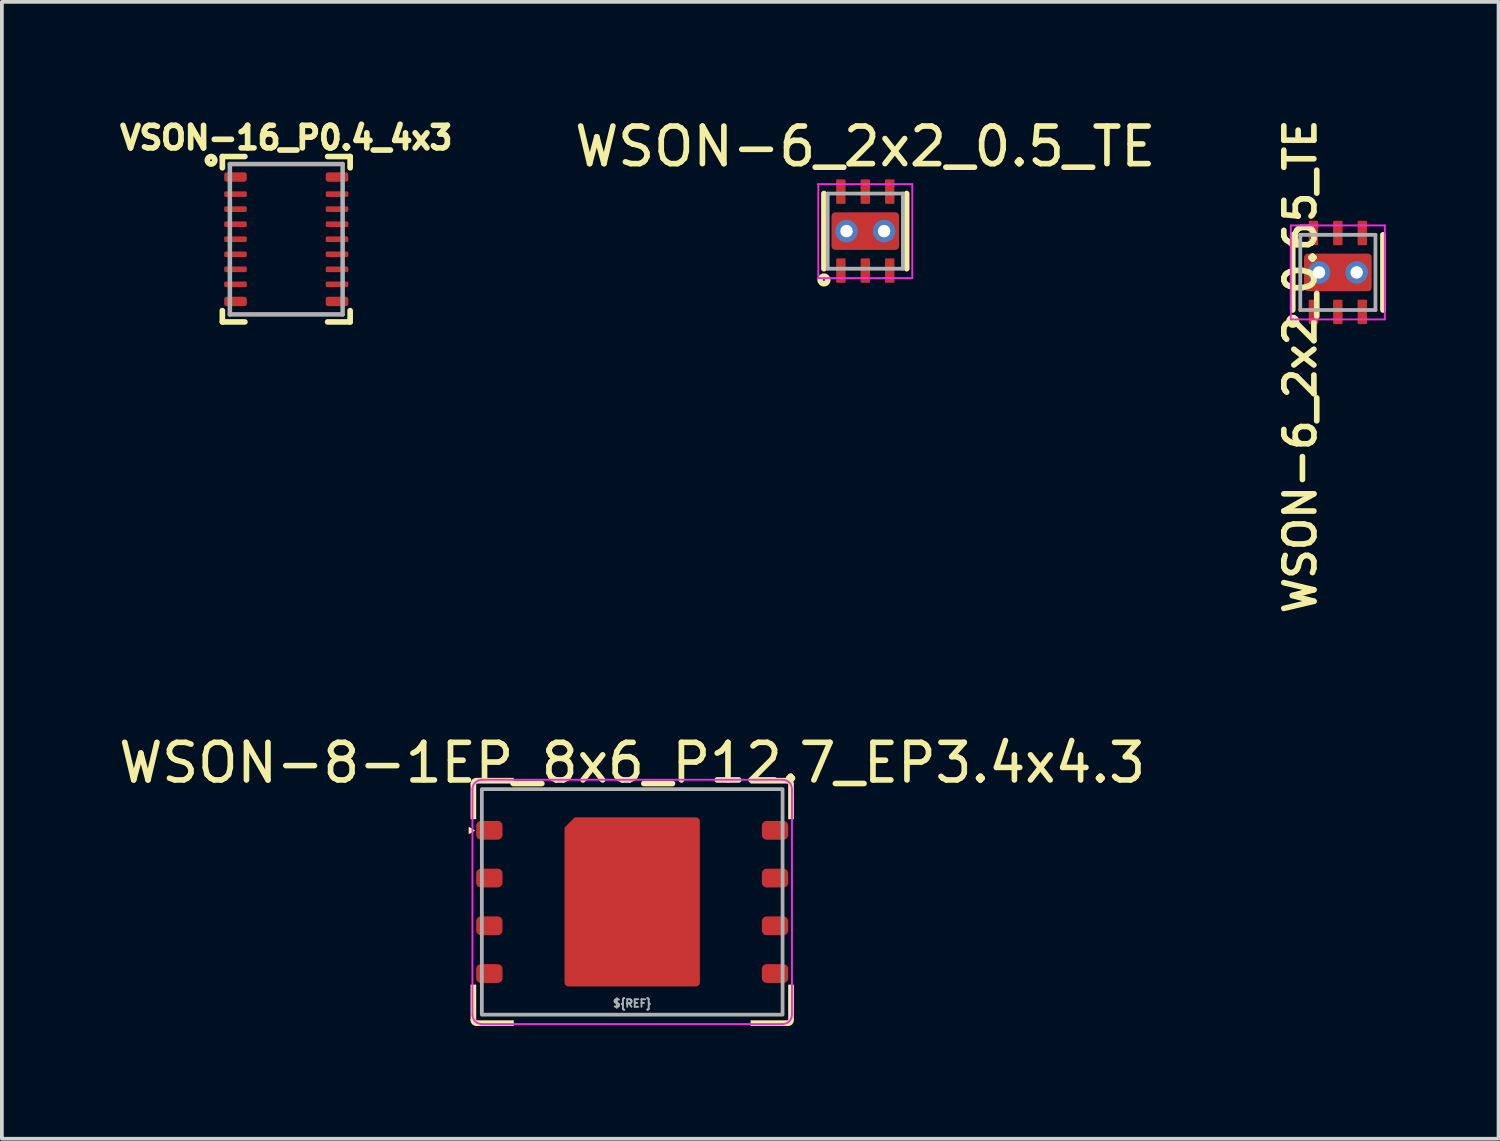
<source format=kicad_pcb>
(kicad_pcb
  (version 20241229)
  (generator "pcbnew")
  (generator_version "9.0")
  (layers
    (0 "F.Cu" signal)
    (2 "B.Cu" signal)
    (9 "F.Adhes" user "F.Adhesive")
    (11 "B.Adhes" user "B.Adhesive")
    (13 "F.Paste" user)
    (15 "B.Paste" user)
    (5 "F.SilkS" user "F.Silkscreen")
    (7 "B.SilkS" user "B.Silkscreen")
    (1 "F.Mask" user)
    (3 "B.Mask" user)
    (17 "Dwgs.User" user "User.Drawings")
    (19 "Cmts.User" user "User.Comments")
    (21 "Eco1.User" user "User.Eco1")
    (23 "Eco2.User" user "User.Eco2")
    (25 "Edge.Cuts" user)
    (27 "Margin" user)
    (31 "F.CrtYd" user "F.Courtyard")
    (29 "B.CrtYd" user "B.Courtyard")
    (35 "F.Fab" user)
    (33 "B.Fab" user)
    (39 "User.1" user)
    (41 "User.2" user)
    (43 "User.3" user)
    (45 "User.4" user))
  (footprint "WSON-6_2x2_0.65_TE"
    (layer "F.Cu")
    (at 32.54 4.197)
    (property "Reference" "WSON-6_2x2_0.65_TE" (at -1 2.5 90) (layer "F.SilkS") (effects (font (size 0.8 0.8) (thickness 0.15))))
    (attr through_hole)
    (fp_line (start -1.2 -1) (end -1.2 1) (stroke (width 0.15) (type solid)) (layer "F.SilkS"))
    (fp_line (start 1.2 -1) (end 1.2 1) (stroke (width 0.15) (type solid)) (layer "F.SilkS"))
    (fp_circle (center -1.2 1.3) (end -1.1 1.3) (stroke (width 0.15) (type solid)) (fill no) (layer "F.SilkS"))
    (fp_line (start -1.25 -1.25) (end 1.25 -1.25) (stroke (width 0.05) (type solid)) (layer "F.CrtYd"))
    (fp_line (start -1.25 1.25) (end -1.25 -1.25) (stroke (width 0.05) (type solid)) (layer "F.CrtYd"))
    (fp_line (start 1.25 -1.25) (end 1.25 1.25) (stroke (width 0.05) (type solid)) (layer "F.CrtYd"))
    (fp_line (start 1.25 1.25) (end -1.25 1.25) (stroke (width 0.05) (type solid)) (layer "F.CrtYd"))
    (fp_line (start -1 -1) (end 1 -1) (stroke (width 0.1) (type solid)) (layer "F.Fab"))
    (fp_line (start -1 1) (end -1 -1) (stroke (width 0.1) (type solid)) (layer "F.Fab"))
    (fp_line (start 1 -1) (end 1 1) (stroke (width 0.1) (type solid)) (layer "F.Fab"))
    (fp_line (start 1 1) (end -1 1) (stroke (width 0.1) (type solid)) (layer "F.Fab"))
    (pad "" smd oval (at -0.65 -1.1) (size 0.25 0.5) (layers "F.Paste"))
    (pad "" smd oval (at -0.65 1.1) (size 0.25 0.5) (layers "F.Paste"))
    (pad "" smd oval (at 0 -1.1) (size 0.25 0.5) (layers "F.Paste"))
    (pad "" smd oval (at 0 0) (size 1.75 0.5) (layers "F.Paste"))
    (pad "" smd oval (at 0 1.1) (size 0.25 0.5) (layers "F.Paste"))
    (pad "" smd oval (at 0.65 -1.1) (size 0.25 0.5) (layers "F.Paste"))
    (pad "" smd oval (at 0.65 1.1) (size 0.25 0.5) (layers "F.Paste"))
    (pad "1" smd roundrect (at -0.65 1.05) (size 0.25 0.65) (layers "F.Cu" "F.Mask") (roundrect_rratio 0.1))
    (pad "2" smd roundrect (at 0 1.05) (size 0.25 0.65) (layers "F.Cu" "F.Mask") (roundrect_rratio 0.1))
    (pad "3" smd roundrect (at 0.65 1.05) (size 0.25 0.65) (layers "F.Cu" "F.Mask") (roundrect_rratio 0.1))
    (pad "4" smd roundrect (at 0.65 -1.05) (size 0.25 0.65) (layers "F.Cu" "F.Mask") (roundrect_rratio 0.1))
    (pad "5" smd roundrect (at 0 -1.05) (size 0.25 0.65) (layers "F.Cu" "F.Mask") (roundrect_rratio 0.1))
    (pad "6" smd roundrect (at -0.65 -1.05) (size 0.25 0.65) (layers "F.Cu" "F.Mask") (roundrect_rratio 0.1))
    (pad "7" thru_hole circle (at -0.5 0) (size 0.6 0.6) (drill 0.33) (layers "*.Cu"))
    (pad "7" smd roundrect (at 0 0) (size 1.8 1) (layers "F.Cu" "F.Mask") (roundrect_rratio 0.1))
    (pad "7" thru_hole circle (at 0.5 0) (size 0.6 0.6) (drill 0.33) (layers "*.Cu")))
  (footprint "VSON-16_P0.4_4x3"
    (layer "F.Cu")
    (at 4.565 3.314)
    (property "Reference" "VSON-16_P0.4_4x3" (at 0 -2.7 0) (layer "F.SilkS") (effects (font (size 0.6 0.6) (thickness 0.15))))
    (attr smd)
    (fp_line (start -1.7 -2.2) (end -1.1 -2.2) (stroke (width 0.15) (type solid)) (layer "F.SilkS"))
    (fp_line (start -1.7 -1.9) (end -1.7 -2.2) (stroke (width 0.15) (type solid)) (layer "F.SilkS"))
    (fp_line (start -1.7 1.9) (end -1.7 2.2) (stroke (width 0.15) (type solid)) (layer "F.SilkS"))
    (fp_line (start -1.7 2.2) (end -1.1 2.2) (stroke (width 0.15) (type solid)) (layer "F.SilkS"))
    (fp_line (start 1.1 2.2) (end 1.7 2.2) (stroke (width 0.15) (type solid)) (layer "F.SilkS"))
    (fp_line (start 1.7 -2.2) (end 1.1 -2.2) (stroke (width 0.15) (type solid)) (layer "F.SilkS"))
    (fp_line (start 1.7 -1.9) (end 1.7 -2.2) (stroke (width 0.15) (type solid)) (layer "F.SilkS"))
    (fp_line (start 1.7 2.2) (end 1.7 1.9) (stroke (width 0.15) (type solid)) (layer "F.SilkS"))
    (fp_circle (center -2 -2.1) (end -2 -2.2) (stroke (width 0.15) (type solid)) (fill no) (layer "F.SilkS"))
    (fp_line (start -1.1 -2) (end -1.1 2) (stroke (width 0.001) (type solid)) (layer "Dwgs.User"))
    (fp_line (start -1.5 -2) (end 1.5 -2) (stroke (width 0.12) (type solid)) (layer "F.Fab"))
    (fp_line (start -1.5 2) (end -1.5 -2) (stroke (width 0.12) (type solid)) (layer "F.Fab"))
    (fp_line (start 1.5 -2) (end 1.5 2) (stroke (width 0.12) (type solid)) (layer "F.Fab"))
    (fp_line (start 1.5 2) (end -1.5 2) (stroke (width 0.12) (type solid)) (layer "F.Fab"))
    (pad "" smd roundrect (at -1.45 -1.65) (size 0.4 0.25) (layers "F.Paste") (roundrect_rratio 0.25))
    (pad "" smd roundrect (at -1.45 -1.2) (size 0.4 0.15) (layers "F.Paste") (roundrect_rratio 0.25))
    (pad "" smd roundrect (at -1.45 -0.8) (size 0.4 0.15) (layers "F.Paste") (roundrect_rratio 0.25))
    (pad "" smd roundrect (at -1.45 -0.4) (size 0.4 0.15) (layers "F.Paste") (roundrect_rratio 0.25))
    (pad "" smd roundrect (at -1.45 0) (size 0.4 0.15) (layers "F.Paste") (roundrect_rratio 0.25))
    (pad "" smd roundrect (at -1.45 0.4) (size 0.4 0.15) (layers "F.Paste") (roundrect_rratio 0.25))
    (pad "" smd roundrect (at -1.45 0.8) (size 0.4 0.15) (layers "F.Paste") (roundrect_rratio 0.25))
    (pad "" smd roundrect (at -1.45 1.2) (size 0.4 0.15) (layers "F.Paste") (roundrect_rratio 0.25))
    (pad "" smd roundrect (at -1.45 1.65) (size 0.4 0.25) (layers "F.Paste") (roundrect_rratio 0.25))
    (pad "" smd roundrect (at 1.45 -1.65) (size 0.4 0.25) (layers "F.Paste") (roundrect_rratio 0.25))
    (pad "" smd roundrect (at 1.45 -1.2) (size 0.4 0.15) (layers "F.Paste") (roundrect_rratio 0.25))
    (pad "" smd roundrect (at 1.45 -0.8) (size 0.4 0.15) (layers "F.Paste") (roundrect_rratio 0.25))
    (pad "" smd roundrect (at 1.45 -0.4) (size 0.4 0.15) (layers "F.Paste") (roundrect_rratio 0.25))
    (pad "" smd roundrect (at 1.45 0) (size 0.4 0.15) (layers "F.Paste") (roundrect_rratio 0.25))
    (pad "" smd roundrect (at 1.45 0.4) (size 0.4 0.15) (layers "F.Paste") (roundrect_rratio 0.25))
    (pad "" smd roundrect (at 1.45 0.8) (size 0.4 0.15) (layers "F.Paste") (roundrect_rratio 0.25))
    (pad "" smd roundrect (at 1.45 1.2) (size 0.4 0.15) (layers "F.Paste") (roundrect_rratio 0.25))
    (pad "" smd roundrect (at 1.45 1.65) (size 0.4 0.25) (layers "F.Paste") (roundrect_rratio 0.25))
    (pad "1" smd roundrect (at -1.35 -1.655) (size 0.6 0.25) (layers "F.Cu" "F.Mask") (roundrect_rratio 0.25))
    (pad "2" smd roundrect (at -1.35 -1.2) (size 0.6 0.15) (layers "F.Cu" "F.Mask") (roundrect_rratio 0.25))
    (pad "3" smd roundrect (at -1.35 -0.8) (size 0.6 0.15) (layers "F.Cu" "F.Mask") (roundrect_rratio 0.25))
    (pad "4" smd roundrect (at -1.35 -0.4) (size 0.6 0.15) (layers "F.Cu" "F.Mask") (roundrect_rratio 0.25))
    (pad "5" smd roundrect (at -1.35 0) (size 0.6 0.15) (layers "F.Cu" "F.Mask") (roundrect_rratio 0.25))
    (pad "6" smd roundrect (at -1.35 0.4) (size 0.6 0.15) (layers "F.Cu" "F.Mask") (roundrect_rratio 0.25))
    (pad "7" smd roundrect (at -1.35 0.8) (size 0.6 0.15) (layers "F.Cu" "F.Mask") (roundrect_rratio 0.25))
    (pad "8" smd roundrect (at -1.35 1.2) (size 0.6 0.15) (layers "F.Cu" "F.Mask") (roundrect_rratio 0.25))
    (pad "9" smd roundrect (at -1.35 1.655) (size 0.6 0.25) (layers "F.Cu" "F.Mask") (roundrect_rratio 0.25))
    (pad "10" smd roundrect (at 1.35 1.655) (size 0.6 0.25) (layers "F.Cu" "F.Mask") (roundrect_rratio 0.25))
    (pad "11" smd roundrect (at 1.35 1.2) (size 0.6 0.15) (layers "F.Cu" "F.Mask") (roundrect_rratio 0.25))
    (pad "12" smd roundrect (at 1.35 0.8) (size 0.6 0.15) (layers "F.Cu" "F.Mask") (roundrect_rratio 0.25))
    (pad "13" smd roundrect (at 1.35 0.4) (size 0.6 0.15) (layers "F.Cu" "F.Mask") (roundrect_rratio 0.25))
    (pad "14" smd roundrect (at 1.35 0) (size 0.6 0.15) (layers "F.Cu" "F.Mask") (roundrect_rratio 0.25))
    (pad "15" smd roundrect (at 1.35 -0.4) (size 0.6 0.15) (layers "F.Cu" "F.Mask") (roundrect_rratio 0.25))
    (pad "16" smd roundrect (at 1.35 -0.8) (size 0.6 0.15) (layers "F.Cu" "F.Mask") (roundrect_rratio 0.25))
    (pad "17" smd roundrect (at 1.35 -1.2) (size 0.6 0.15) (layers "F.Cu" "F.Mask") (roundrect_rratio 0.25))
    (pad "18" smd roundrect (at 1.35 -1.655) (size 0.6 0.25) (layers "F.Cu" "F.Mask") (roundrect_rratio 0.25)))
  (footprint "WSON-8-1EP_8x6_P12.7_EP3.4x4.3"
    (layer "F.Cu")
    (at 13.768 20.943)
    (property "Reference" "WSON-8-1EP_8x6_P12.7_EP3.4x4.3" (at 0 -3.7 0) (unlocked yes) (layer "F.SilkS") (effects (font (size 1 1) (thickness 0.15))))
    (attr smd)
    (fp_arc (start -4.225 -3.15) (mid -4.203033 -3.203033) (end -4.15 -3.225) (stroke (width 0.15) (type solid)) (layer "F.SilkS"))
    (fp_arc (start -4.15 3.225) (mid -4.203033 3.203033) (end -4.225 3.15) (stroke (width 0.15) (type solid)) (layer "F.SilkS"))
    (fp_arc (start 4.15 -3.225) (mid 4.203033 -3.203033) (end 4.225 -3.15) (stroke (width 0.15) (type solid)) (layer "F.SilkS"))
    (fp_arc (start 4.225 3.15) (mid 4.203033 3.203033) (end 4.15 3.225) (stroke (width 0.15) (type solid)) (layer "F.SilkS"))
    (fp_poly (pts (xy -4.175 -1.9) (xy -4.35 -1.8) (xy -4.35 -2)) (stroke (width 0) (type solid)) (fill yes) (layer "F.SilkS"))
    (fp_poly (pts (xy -4.15 2.2) (xy -4.15 3.15) (xy -3.15 3.15) (xy -3.15 3.3) (xy -4.15 3.3) (xy -4.3 3.15) (xy -4.3 2.2)) (stroke (width 0) (type solid)) (fill yes) (layer "F.SilkS"))
    (fp_poly (pts (xy -3.15 -3.15) (xy -4.15 -3.15) (xy -4.15 -2.2) (xy -4.3 -2.2) (xy -4.3 -3.15) (xy -4.15 -3.3) (xy -3.15 -3.3)) (stroke (width 0) (type solid)) (fill yes) (layer "F.SilkS"))
    (fp_poly (pts (xy 3.15 3.15) (xy 4.15 3.15) (xy 4.15 2.2) (xy 4.3 2.2) (xy 4.3 3.15) (xy 4.15 3.3) (xy 3.15 3.3)) (stroke (width 0) (type solid)) (fill yes) (layer "F.SilkS"))
    (fp_poly (pts (xy 4.15 -2.2) (xy 4.15 -3.15) (xy 3.15 -3.15) (xy 3.15 -3.3) (xy 4.15 -3.3) (xy 4.3 -3.15) (xy 4.3 -2.2)) (stroke (width 0) (type solid)) (fill yes) (layer "F.SilkS"))
    (fp_line (start -4.25 -3) (end -4.25 3) (stroke (width 0.05) (type solid)) (layer "F.CrtYd"))
    (fp_line (start -4 3.25) (end 4 3.25) (stroke (width 0.05) (type solid)) (layer "F.CrtYd"))
    (fp_line (start 4 -3.25) (end -4 -3.25) (stroke (width 0.05) (type solid)) (layer "F.CrtYd"))
    (fp_line (start 4.25 3) (end 4.25 -3) (stroke (width 0.05) (type solid)) (layer "F.CrtYd"))
    (fp_arc (start -4.25 -3) (mid -4.176777 -3.176777) (end -4 -3.25) (stroke (width 0.05) (type solid)) (layer "F.CrtYd"))
    (fp_arc (start -4 3.25) (mid -4.176777 3.176777) (end -4.25 3) (stroke (width 0.05) (type solid)) (layer "F.CrtYd"))
    (fp_arc (start 4 -3.25) (mid 4.176777 -3.176777) (end 4.25 -3) (stroke (width 0.05) (type solid)) (layer "F.CrtYd"))
    (fp_arc (start 4.25 3) (mid 4.176777 3.176777) (end 4 3.25) (stroke (width 0.05) (type solid)) (layer "F.CrtYd"))
    (fp_rect (start -4 -3) (end 4 3) (stroke (width 0.1) (type solid)) (fill no) (layer "F.Fab"))
    (fp_text user "${REF}" (at 0 2.7 0) (unlocked yes) (layer "F.Fab") (effects (font (size 0.2 0.2) (thickness 0.05))))
    (pad "" smd roundrect (at -1 -1) (size 1.5 1.75) (layers "F.Paste") (roundrect_rratio 0.25))
    (pad "" smd roundrect (at -1 1) (size 1.5 1.75) (layers "F.Paste") (roundrect_rratio 0.25))
    (pad "" smd roundrect (at 1 -1) (size 1.5 1.75) (layers "F.Paste") (roundrect_rratio 0.25))
    (pad "" smd roundrect (at 1 1) (size 1.5 1.75) (layers "F.Paste") (roundrect_rratio 0.25))
    (pad "1" smd roundrect (at -3.8 -1.905) (size 0.7 0.5) (layers "F.Cu" "F.Mask" "F.Paste") (roundrect_rratio 0.25))
    (pad "2" smd roundrect (at -3.8 -0.635) (size 0.7 0.5) (layers "F.Cu" "F.Mask" "F.Paste") (roundrect_rratio 0.25))
    (pad "3" smd roundrect (at -3.8 0.635) (size 0.7 0.5) (layers "F.Cu" "F.Mask" "F.Paste") (roundrect_rratio 0.25))
    (pad "4" smd roundrect (at -3.8 1.905) (size 0.7 0.5) (layers "F.Cu" "F.Mask" "F.Paste") (roundrect_rratio 0.25))
    (pad "5" smd roundrect (at 3.8 1.905) (size 0.7 0.5) (layers "F.Cu" "F.Mask" "F.Paste") (roundrect_rratio 0.25))
    (pad "6" smd roundrect (at 3.8 0.635) (size 0.7 0.5) (layers "F.Cu" "F.Mask" "F.Paste") (roundrect_rratio 0.25))
    (pad "7" smd roundrect (at 3.8 -0.635) (size 0.7 0.5) (layers "F.Cu" "F.Mask" "F.Paste") (roundrect_rratio 0.25))
    (pad "8" smd roundrect (at 3.8 -1.905) (size 0.7 0.5) (layers "F.Cu" "F.Mask" "F.Paste") (roundrect_rratio 0.25))
    (pad "9" smd roundrect (at 0 0) (size 3.6 4.5) (layers "F.Cu" "F.Mask") (roundrect_rratio 0.03) (chamfer_ratio 0.075) (chamfer top_left)))
  (footprint "WSON-6_2x2_0.5_TE"
    (layer "F.Cu")
    (at 19.969 3.098)
    (property "Reference" "WSON-6_2x2_0.5_TE" (at 0 -2.25 0) (layer "F.SilkS") (effects (font (size 1 1) (thickness 0.15))))
    (attr through_hole)
    (fp_line (start -1.1 -1) (end -1.1 1) (stroke (width 0.15) (type solid)) (layer "F.SilkS"))
    (fp_line (start 1.1 -1) (end 1.1 1) (stroke (width 0.15) (type solid)) (layer "F.SilkS"))
    (fp_circle (center -1.1 1.3) (end -1 1.3) (stroke (width 0.15) (type solid)) (fill no) (layer "F.SilkS"))
    (fp_line (start -1.25 -1.25) (end 1.25 -1.25) (stroke (width 0.05) (type solid)) (layer "F.CrtYd"))
    (fp_line (start -1.25 1.25) (end -1.25 -1.25) (stroke (width 0.05) (type solid)) (layer "F.CrtYd"))
    (fp_line (start 1.25 -1.25) (end 1.25 1.25) (stroke (width 0.05) (type solid)) (layer "F.CrtYd"))
    (fp_line (start 1.25 1.25) (end -1.25 1.25) (stroke (width 0.05) (type solid)) (layer "F.CrtYd"))
    (fp_line (start -1 -1) (end 1 -1) (stroke (width 0.1) (type solid)) (layer "F.Fab"))
    (fp_line (start -1 1) (end -1 -1) (stroke (width 0.1) (type solid)) (layer "F.Fab"))
    (fp_line (start 1 -1) (end 1 1) (stroke (width 0.1) (type solid)) (layer "F.Fab"))
    (fp_line (start 1 1) (end -1 1) (stroke (width 0.1) (type solid)) (layer "F.Fab"))
    (pad "1" smd roundrect (at -0.65 1.05) (size 0.25 0.65) (layers "F.Cu" "F.Mask") (roundrect_rratio 0.1))
    (pad "2" smd roundrect (at 0 1.05) (size 0.25 0.65) (layers "F.Cu" "F.Mask") (roundrect_rratio 0.1))
    (pad "3" smd roundrect (at 0.65 1.05) (size 0.25 0.65) (layers "F.Cu" "F.Mask") (roundrect_rratio 0.1))
    (pad "4" smd roundrect (at 0.65 -1.05) (size 0.25 0.65) (layers "F.Cu" "F.Mask") (roundrect_rratio 0.1))
    (pad "5" smd roundrect (at 0 -1.05) (size 0.25 0.65) (layers "F.Cu" "F.Mask") (roundrect_rratio 0.1))
    (pad "6" smd roundrect (at -0.65 -1.05) (size 0.25 0.65) (layers "F.Cu" "F.Mask") (roundrect_rratio 0.1))
    (pad "7" smd roundrect (at 0 0) (size 1.8 1) (layers "F.Cu" "F.Mask") (roundrect_rratio 0.1))
    (pad "8" thru_hole circle (at -0.5 0) (size 0.6 0.6) (drill 0.33) (layers "*.Cu"))
    (pad "9" thru_hole circle (at 0.5 0) (size 0.6 0.6) (drill 0.33) (layers "*.Cu")))
  (gr_rect
    (start -3 -3)
    (end 36.815 27.243)
    (stroke (width 0.1) (type default))
    (fill no)
    (layer "Edge.Cuts")))
</source>
